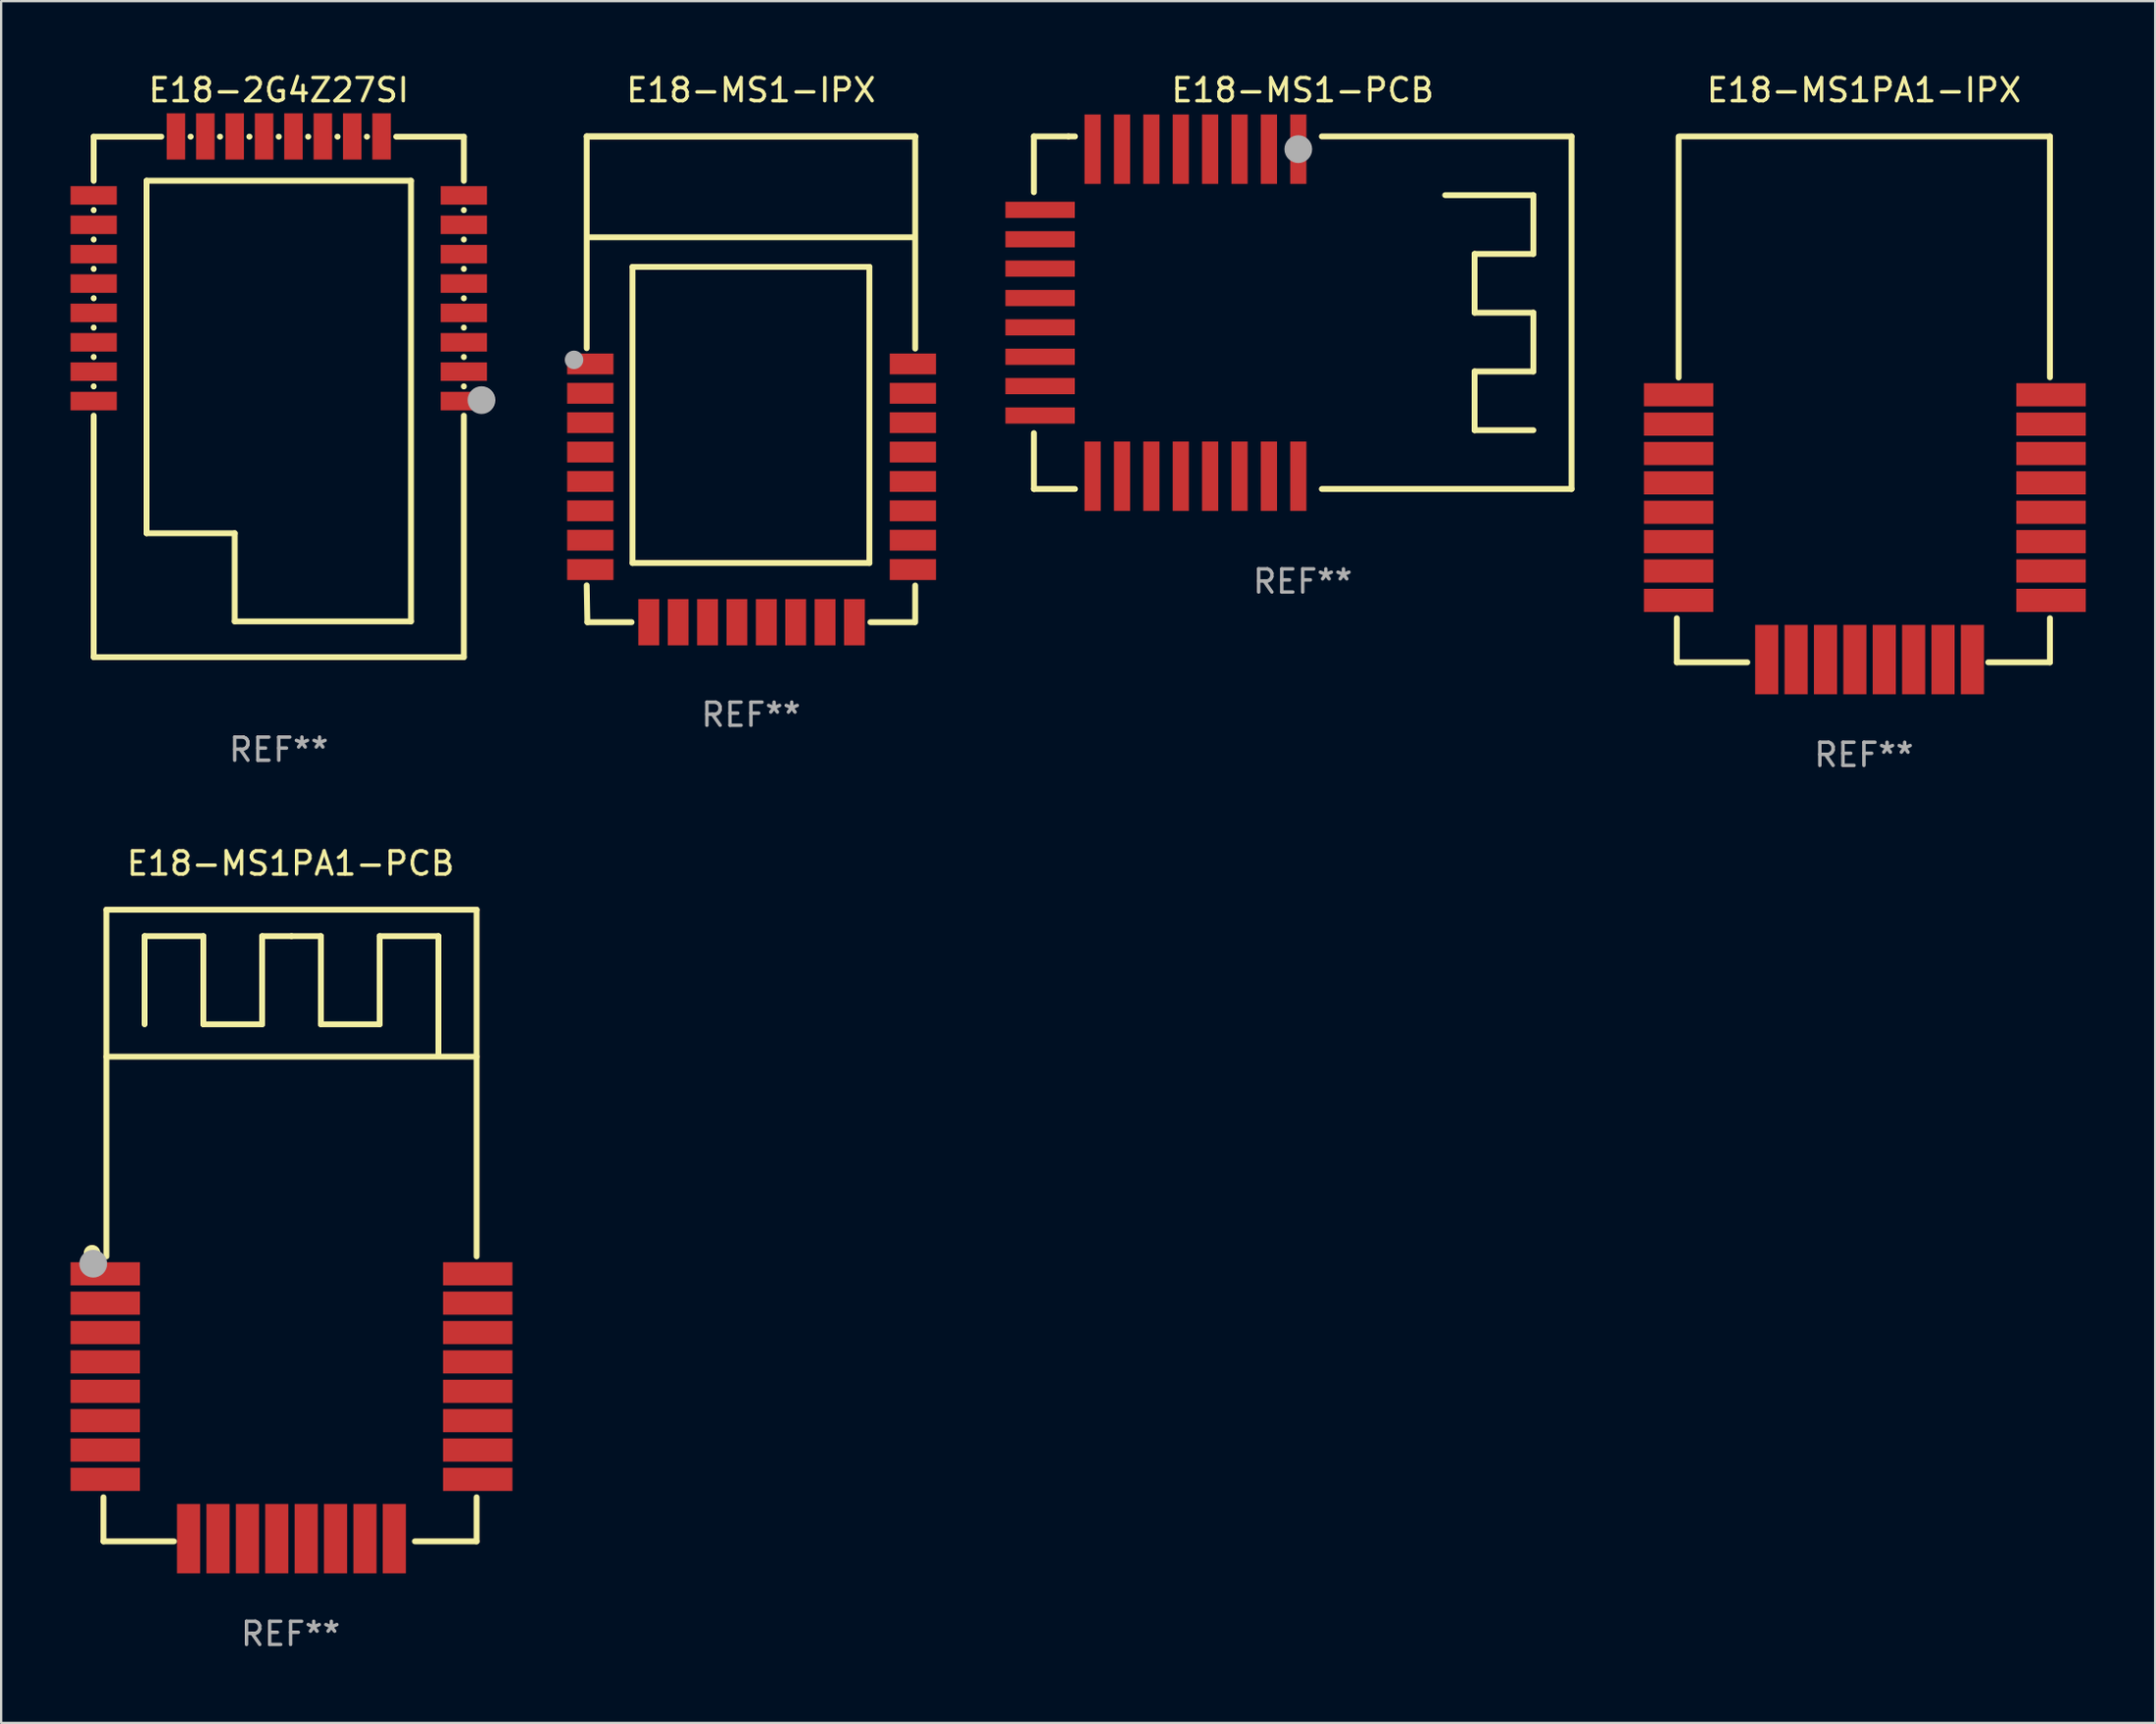
<source format=kicad_pcb>
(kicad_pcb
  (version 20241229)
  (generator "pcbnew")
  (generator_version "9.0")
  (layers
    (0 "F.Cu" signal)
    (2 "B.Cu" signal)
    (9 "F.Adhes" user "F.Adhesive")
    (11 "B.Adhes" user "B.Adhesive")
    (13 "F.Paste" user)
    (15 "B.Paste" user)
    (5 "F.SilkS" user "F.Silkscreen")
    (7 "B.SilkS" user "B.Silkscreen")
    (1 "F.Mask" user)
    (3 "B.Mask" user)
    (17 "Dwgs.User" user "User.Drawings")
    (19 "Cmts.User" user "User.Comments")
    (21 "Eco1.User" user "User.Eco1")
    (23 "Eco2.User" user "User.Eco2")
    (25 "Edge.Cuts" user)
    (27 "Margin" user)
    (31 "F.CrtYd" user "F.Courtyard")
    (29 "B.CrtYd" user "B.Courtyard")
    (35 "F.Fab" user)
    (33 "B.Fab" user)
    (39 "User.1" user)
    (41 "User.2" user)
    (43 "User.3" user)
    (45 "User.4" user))
  (footprint "E18-MS1PA1-PCB"
    (layer "F.Cu")
    (at 9.511 49.93)
    (property "Reference" "E18-MS1PA1-PCB" (at 0 -15.653 0) (layer "F.SilkS") (effects (font (size 1 1) (thickness 0.15))))
    (attr through_hole)
    (fp_line (start -8.089 11.748) (end -8.089 13.653) (stroke (width 0.254) (type solid)) (layer "F.SilkS"))
    (fp_line (start -8.089 13.653) (end -5.041 13.653) (stroke (width 0.254) (type solid)) (layer "F.SilkS"))
    (fp_line (start -7.962 -13.653) (end 8.04 -13.653) (stroke (width 0.254) (type solid)) (layer "F.SilkS"))
    (fp_line (start -7.962 1.334) (end -7.962 -13.653) (stroke (width 0.254) (type solid)) (layer "F.SilkS"))
    (fp_line (start -6.311 -12.51) (end -3.771 -12.51) (stroke (width 0.254) (type solid)) (layer "F.SilkS"))
    (fp_line (start -6.311 -8.7) (end -6.311 -12.51) (stroke (width 0.254) (type solid)) (layer "F.SilkS"))
    (fp_line (start -3.771 -12.51) (end -3.771 -8.7) (stroke (width 0.254) (type solid)) (layer "F.SilkS"))
    (fp_line (start -3.771 -8.7) (end -1.231 -8.7) (stroke (width 0.254) (type solid)) (layer "F.SilkS"))
    (fp_line (start -1.231 -12.51) (end 0.039 -12.51) (stroke (width 0.254) (type solid)) (layer "F.SilkS"))
    (fp_line (start -1.231 -8.7) (end -1.231 -12.51) (stroke (width 0.254) (type solid)) (layer "F.SilkS"))
    (fp_line (start 0.039 -12.51) (end 1.309 -12.51) (stroke (width 0.254) (type solid)) (layer "F.SilkS"))
    (fp_line (start 1.309 -12.51) (end 1.309 -8.7) (stroke (width 0.254) (type solid)) (layer "F.SilkS"))
    (fp_line (start 1.309 -8.7) (end 3.849 -8.7) (stroke (width 0.254) (type solid)) (layer "F.SilkS"))
    (fp_line (start 3.849 -12.51) (end 6.389 -12.51) (stroke (width 0.254) (type solid)) (layer "F.SilkS"))
    (fp_line (start 3.849 -8.7) (end 3.849 -12.51) (stroke (width 0.254) (type solid)) (layer "F.SilkS"))
    (fp_line (start 5.373 13.653) (end 8.04 13.653) (stroke (width 0.254) (type solid)) (layer "F.SilkS"))
    (fp_line (start 6.389 -12.51) (end 6.389 -7.43) (stroke (width 0.254) (type solid)) (layer "F.SilkS"))
    (fp_line (start 8.04 -13.653) (end 8.04 1.334) (stroke (width 0.254) (type solid)) (layer "F.SilkS"))
    (fp_line (start 8.04 -7.3) (end -7.962 -7.3) (stroke (width 0.254) (type solid)) (layer "F.SilkS"))
    (fp_line (start 8.04 13.653) (end 8.04 11.748) (stroke (width 0.254) (type solid)) (layer "F.SilkS"))
    (fp_circle (center -8.581 1.201) (end -8.347 1.201) (stroke (width 0.254) (type solid)) (fill no) (layer "F.SilkS"))
    (fp_circle (center -7.991 -13.529) (end -7.961 -13.529) (stroke (width 0.06) (type solid)) (fill no) (layer "F.SilkS"))
    (fp_circle (center -8.531 1.651) (end -8.231 1.651) (stroke (width 0.6) (type solid)) (fill no) (layer "F.Fab"))
    (fp_text user "REF**" (at 0 17.653 0) (layer "F.Fab") (effects (font (size 1 1) (thickness 0.15))))
    (pad "1" smd rect (at -8.011 2.086) (size 3 1) (layers "F.Cu" "F.Mask" "F.Paste"))
    (pad "2" smd rect (at -8.011 3.356) (size 3 1) (layers "F.Cu" "F.Mask" "F.Paste"))
    (pad "3" smd rect (at -8.011 4.626) (size 3 1) (layers "F.Cu" "F.Mask" "F.Paste"))
    (pad "4" smd rect (at -8.011 5.896) (size 3 1) (layers "F.Cu" "F.Mask" "F.Paste"))
    (pad "5" smd rect (at -8.011 7.166) (size 3 1) (layers "F.Cu" "F.Mask" "F.Paste"))
    (pad "6" smd rect (at -8.011 8.436) (size 3 1) (layers "F.Cu" "F.Mask" "F.Paste"))
    (pad "7" smd rect (at -8.011 9.706) (size 3 1) (layers "F.Cu" "F.Mask" "F.Paste"))
    (pad "8" smd rect (at -8.011 10.976) (size 3 1) (layers "F.Cu" "F.Mask" "F.Paste"))
    (pad "9" smd rect (at -4.411 13.536 90) (size 3 1) (layers "F.Cu" "F.Mask" "F.Paste"))
    (pad "10" smd rect (at -3.136 13.536 90) (size 3 1) (layers "F.Cu" "F.Mask" "F.Paste"))
    (pad "11" smd rect (at -1.866 13.536 90) (size 3 1) (layers "F.Cu" "F.Mask" "F.Paste"))
    (pad "12" smd rect (at -0.596 13.536 90) (size 3 1) (layers "F.Cu" "F.Mask" "F.Paste"))
    (pad "13" smd rect (at 0.674 13.536 90) (size 3 1) (layers "F.Cu" "F.Mask" "F.Paste"))
    (pad "14" smd rect (at 1.944 13.536 90) (size 3 1) (layers "F.Cu" "F.Mask" "F.Paste"))
    (pad "15" smd rect (at 3.214 13.536 90) (size 3 1) (layers "F.Cu" "F.Mask" "F.Paste"))
    (pad "16" smd rect (at 4.484 13.536 90) (size 3 1) (layers "F.Cu" "F.Mask" "F.Paste"))
    (pad "17" smd rect (at 8.089 10.976 180) (size 3 1) (layers "F.Cu" "F.Mask" "F.Paste"))
    (pad "18" smd rect (at 8.089 9.706 180) (size 3 1) (layers "F.Cu" "F.Mask" "F.Paste"))
    (pad "19" smd rect (at 8.089 8.436 180) (size 3 1) (layers "F.Cu" "F.Mask" "F.Paste"))
    (pad "20" smd rect (at 8.089 7.166 180) (size 3 1) (layers "F.Cu" "F.Mask" "F.Paste"))
    (pad "21" smd rect (at 8.089 5.896 180) (size 3 1) (layers "F.Cu" "F.Mask" "F.Paste"))
    (pad "22" smd rect (at 8.089 4.626 180) (size 3 1) (layers "F.Cu" "F.Mask" "F.Paste"))
    (pad "23" smd rect (at 8.089 3.356 180) (size 3 1) (layers "F.Cu" "F.Mask" "F.Paste"))
    (pad "24" smd rect (at 8.089 2.086 180) (size 3 1) (layers "F.Cu" "F.Mask" "F.Paste")))
  (footprint "E18-MS1-IPX"
    (layer "F.Cu")
    (at 29.41 13.348)
    (property "Reference" "E18-MS1-IPX" (at 0 -12.5 0) (layer "F.SilkS") (effects (font (size 1 1) (thickness 0.15))))
    (attr through_hole)
    (fp_line (start -7.1 -10.5) (end -7.1 -1.346) (stroke (width 0.254) (type solid)) (layer "F.SilkS"))
    (fp_line (start -7.1 -10.5) (end 7.1 -10.5) (stroke (width 0.254) (type solid)) (layer "F.SilkS"))
    (fp_line (start -7.1 -10.5) (end 7.1 -10.5) (stroke (width 0.254) (type solid)) (layer "F.SilkS"))
    (fp_line (start -7.1 8.907) (end -7.07 10.5) (stroke (width 0.254) (type solid)) (layer "F.SilkS"))
    (fp_line (start -7.07 10.5) (end -5.16 10.5) (stroke (width 0.254) (type solid)) (layer "F.SilkS"))
    (fp_line (start -7.04 -6.14) (end 7.04 -6.14) (stroke (width 0.254) (type solid)) (layer "F.SilkS"))
    (fp_line (start -5.12 -4.86) (end 5.12 -4.86) (stroke (width 0.254) (type solid)) (layer "F.SilkS"))
    (fp_line (start -5.12 7.94) (end -5.12 -4.86) (stroke (width 0.254) (type solid)) (layer "F.SilkS"))
    (fp_line (start 5.12 -4.86) (end 5.12 7.94) (stroke (width 0.254) (type solid)) (layer "F.SilkS"))
    (fp_line (start 5.12 7.94) (end -5.12 7.94) (stroke (width 0.254) (type solid)) (layer "F.SilkS"))
    (fp_line (start 5.163 10.5) (end 7.07 10.5) (stroke (width 0.254) (type solid)) (layer "F.SilkS"))
    (fp_line (start 7.1 -10.5) (end 7.1 -1.329) (stroke (width 0.254) (type solid)) (layer "F.SilkS"))
    (fp_line (start 7.1 8.913) (end 7.1 10.5) (stroke (width 0.254) (type solid)) (layer "F.SilkS"))
    (fp_circle (center -7.046 -10.41) (end -7.016 -10.41) (stroke (width 0.06) (type solid)) (fill no) (layer "F.SilkS"))
    (fp_circle (center -7.647 -0.842) (end -7.447 -0.842) (stroke (width 0.4) (type solid)) (fill no) (layer "F.Fab"))
    (fp_text user "REF**" (at 0 14.5 0) (layer "F.Fab") (effects (font (size 1 1) (thickness 0.15))))
    (pad "1" smd rect (at -6.944 -0.665) (size 2 0.9) (layers "F.Cu" "F.Mask" "F.Paste"))
    (pad "2" smd rect (at -6.944 0.605) (size 2 0.9) (layers "F.Cu" "F.Mask" "F.Paste"))
    (pad "3" smd rect (at -6.944 1.875) (size 2 0.9) (layers "F.Cu" "F.Mask" "F.Paste"))
    (pad "4" smd rect (at -6.944 3.145) (size 2 0.9) (layers "F.Cu" "F.Mask" "F.Paste"))
    (pad "5" smd rect (at -6.944 4.415) (size 2 0.9) (layers "F.Cu" "F.Mask" "F.Paste"))
    (pad "6" smd rect (at -6.944 5.685) (size 2 0.9) (layers "F.Cu" "F.Mask" "F.Paste"))
    (pad "7" smd rect (at -6.944 6.955) (size 2 0.9) (layers "F.Cu" "F.Mask" "F.Paste"))
    (pad "8" smd rect (at -6.944 8.225) (size 2 0.9) (layers "F.Cu" "F.Mask" "F.Paste"))
    (pad "9" smd rect (at -4.417 10.5 90) (size 2 0.9) (layers "F.Cu" "F.Mask" "F.Paste"))
    (pad "10" smd rect (at -3.147 10.5 90) (size 2 0.9) (layers "F.Cu" "F.Mask" "F.Paste"))
    (pad "11" smd rect (at -1.877 10.5 90) (size 2 0.9) (layers "F.Cu" "F.Mask" "F.Paste"))
    (pad "12" smd rect (at -0.607 10.5 90) (size 2 0.9) (layers "F.Cu" "F.Mask" "F.Paste"))
    (pad "13" smd rect (at 0.663 10.5 90) (size 2 0.9) (layers "F.Cu" "F.Mask" "F.Paste"))
    (pad "14" smd rect (at 1.933 10.5 90) (size 2 0.9) (layers "F.Cu" "F.Mask" "F.Paste"))
    (pad "15" smd rect (at 3.203 10.5 90) (size 2 0.9) (layers "F.Cu" "F.Mask" "F.Paste"))
    (pad "16" smd rect (at 4.473 10.5 90) (size 2 0.9) (layers "F.Cu" "F.Mask" "F.Paste"))
    (pad "17" smd rect (at 7 8.225 180) (size 2 0.9) (layers "F.Cu" "F.Mask" "F.Paste"))
    (pad "18" smd rect (at 7 6.955 180) (size 2 0.9) (layers "F.Cu" "F.Mask" "F.Paste"))
    (pad "19" smd rect (at 7 5.685 180) (size 2 0.9) (layers "F.Cu" "F.Mask" "F.Paste"))
    (pad "20" smd rect (at 7 4.415 180) (size 2 0.9) (layers "F.Cu" "F.Mask" "F.Paste"))
    (pad "21" smd rect (at 7 3.145 180) (size 2 0.9) (layers "F.Cu" "F.Mask" "F.Paste"))
    (pad "22" smd rect (at 7 1.875 180) (size 2 0.9) (layers "F.Cu" "F.Mask" "F.Paste"))
    (pad "23" smd rect (at 7 0.605 180) (size 2 0.9) (layers "F.Cu" "F.Mask" "F.Paste"))
    (pad "24" smd rect (at 7 -0.665 180) (size 2 0.9) (layers "F.Cu" "F.Mask" "F.Paste")))
  (footprint "E18-MS1-PCB"
    (layer "F.Cu")
    (at 53.259 10.468)
    (property "Reference" "E18-MS1-PCB" (at 0 -9.62 0) (layer "F.SilkS") (effects (font (size 1 1) (thickness 0.15))))
    (attr through_hole)
    (fp_line (start -11.621 -7.62) (end -11.621 -5.207) (stroke (width 0.254) (type solid)) (layer "F.SilkS"))
    (fp_line (start -11.62 5.207) (end -11.62 7.62) (stroke (width 0.254) (type solid)) (layer "F.SilkS"))
    (fp_line (start -11.62 7.62) (end -9.842 7.62) (stroke (width 0.254) (type solid)) (layer "F.SilkS"))
    (fp_line (start -10.122 -7.62) (end -11.621 -7.62) (stroke (width 0.254) (type solid)) (layer "F.SilkS"))
    (fp_line (start -9.842 -7.62) (end -10.122 -7.62) (stroke (width 0.254) (type solid)) (layer "F.SilkS"))
    (fp_line (start 0.826 -7.62) (end 11.621 -7.62) (stroke (width 0.254) (type solid)) (layer "F.SilkS"))
    (fp_line (start 6.16 -5.08) (end 9.97 -5.08) (stroke (width 0.254) (type solid)) (layer "F.SilkS"))
    (fp_line (start 7.43 -2.54) (end 7.43 0) (stroke (width 0.254) (type solid)) (layer "F.SilkS"))
    (fp_line (start 7.43 0) (end 9.97 0) (stroke (width 0.254) (type solid)) (layer "F.SilkS"))
    (fp_line (start 7.43 2.54) (end 7.43 5.08) (stroke (width 0.254) (type solid)) (layer "F.SilkS"))
    (fp_line (start 7.43 5.08) (end 9.97 5.08) (stroke (width 0.254) (type solid)) (layer "F.SilkS"))
    (fp_line (start 9.97 -5.08) (end 9.97 -2.54) (stroke (width 0.254) (type solid)) (layer "F.SilkS"))
    (fp_line (start 9.97 -2.54) (end 7.43 -2.54) (stroke (width 0.254) (type solid)) (layer "F.SilkS"))
    (fp_line (start 9.97 0) (end 9.97 2.54) (stroke (width 0.254) (type solid)) (layer "F.SilkS"))
    (fp_line (start 9.97 2.54) (end 7.43 2.54) (stroke (width 0.254) (type solid)) (layer "F.SilkS"))
    (fp_line (start 11.621 -7.62) (end 11.621 7.62) (stroke (width 0.254) (type solid)) (layer "F.SilkS"))
    (fp_line (start 11.621 7.62) (end 0.826 7.62) (stroke (width 0.254) (type solid)) (layer "F.SilkS"))
    (fp_circle (center 11.639 -7.076) (end 11.669 -7.076) (stroke (width 0.06) (type solid)) (fill no) (layer "F.SilkS"))
    (fp_circle (center -0.19 -7.07) (end 0.11 -7.07) (stroke (width 0.6) (type solid)) (fill no) (layer "F.Fab"))
    (fp_text user "REF**" (at 0 11.62 0) (layer "F.Fab") (effects (font (size 1 1) (thickness 0.15))))
    (pad "1" smd rect (at -0.19 -7.07) (size 0.7 3) (layers "F.Cu" "F.Mask" "F.Paste"))
    (pad "2" smd rect (at -1.46 -7.07) (size 0.7 3) (layers "F.Cu" "F.Mask" "F.Paste"))
    (pad "3" smd rect (at -2.73 -7.07) (size 0.7 3) (layers "F.Cu" "F.Mask" "F.Paste"))
    (pad "4" smd rect (at -4 -7.07) (size 0.7 3) (layers "F.Cu" "F.Mask" "F.Paste"))
    (pad "5" smd rect (at -5.27 -7.07) (size 0.7 3) (layers "F.Cu" "F.Mask" "F.Paste"))
    (pad "6" smd rect (at -6.54 -7.07) (size 0.7 3) (layers "F.Cu" "F.Mask" "F.Paste"))
    (pad "7" smd rect (at -7.81 -7.07) (size 0.7 3) (layers "F.Cu" "F.Mask" "F.Paste"))
    (pad "8" smd rect (at -9.08 -7.07) (size 0.7 3) (layers "F.Cu" "F.Mask" "F.Paste"))
    (pad "9" smd rect (at -11.349 -4.445) (size 3 0.7) (layers "F.Cu" "F.Mask" "F.Paste"))
    (pad "10" smd rect (at -11.349 -3.175) (size 3 0.7) (layers "F.Cu" "F.Mask" "F.Paste"))
    (pad "11" smd rect (at -11.349 -1.905) (size 3 0.7) (layers "F.Cu" "F.Mask" "F.Paste"))
    (pad "12" smd rect (at -11.349 -0.635) (size 3 0.7) (layers "F.Cu" "F.Mask" "F.Paste"))
    (pad "13" smd rect (at -11.349 0.635) (size 3 0.7) (layers "F.Cu" "F.Mask" "F.Paste"))
    (pad "14" smd rect (at -11.349 1.905) (size 3 0.7) (layers "F.Cu" "F.Mask" "F.Paste"))
    (pad "15" smd rect (at -11.349 3.175) (size 3 0.7) (layers "F.Cu" "F.Mask" "F.Paste"))
    (pad "16" smd rect (at -11.349 4.445) (size 3 0.7) (layers "F.Cu" "F.Mask" "F.Paste"))
    (pad "17" smd rect (at -9.08 7.07) (size 0.7 3) (layers "F.Cu" "F.Mask" "F.Paste"))
    (pad "18" smd rect (at -7.81 7.07) (size 0.7 3) (layers "F.Cu" "F.Mask" "F.Paste"))
    (pad "19" smd rect (at -6.54 7.07) (size 0.7 3) (layers "F.Cu" "F.Mask" "F.Paste"))
    (pad "20" smd rect (at -5.27 7.07) (size 0.7 3) (layers "F.Cu" "F.Mask" "F.Paste"))
    (pad "21" smd rect (at -4 7.07) (size 0.7 3) (layers "F.Cu" "F.Mask" "F.Paste"))
    (pad "22" smd rect (at -2.73 7.07) (size 0.7 3) (layers "F.Cu" "F.Mask" "F.Paste"))
    (pad "23" smd rect (at -1.46 7.07) (size 0.7 3) (layers "F.Cu" "F.Mask" "F.Paste"))
    (pad "24" smd rect (at -0.19 7.07) (size 0.7 3) (layers "F.Cu" "F.Mask" "F.Paste")))
  (footprint "E18-2G4Z27SI"
    (layer "F.Cu")
    (at 9 14.103)
    (property "Reference" "E18-2G4Z27SI" (at 0 -13.255 0) (layer "F.SilkS") (effects (font (size 1 1) (thickness 0.15))))
    (attr through_hole)
    (fp_line (start -8 -11.245) (end -8 -9.336) (stroke (width 0.254) (type solid)) (layer "F.SilkS"))
    (fp_line (start -8 -11.245) (end -5.076 -11.245) (stroke (width 0.254) (type solid)) (layer "F.SilkS"))
    (fp_line (start -8 -8.074) (end -8 -8.066) (stroke (width 0.254) (type solid)) (layer "F.SilkS"))
    (fp_line (start -8 -6.804) (end -8 -6.796) (stroke (width 0.254) (type solid)) (layer "F.SilkS"))
    (fp_line (start -8 -5.534) (end -8 -5.526) (stroke (width 0.254) (type solid)) (layer "F.SilkS"))
    (fp_line (start -8 -4.264) (end -8 -4.256) (stroke (width 0.254) (type solid)) (layer "F.SilkS"))
    (fp_line (start -8 -2.994) (end -8 -2.986) (stroke (width 0.254) (type solid)) (layer "F.SilkS"))
    (fp_line (start -8 -1.724) (end -8 -1.716) (stroke (width 0.254) (type solid)) (layer "F.SilkS"))
    (fp_line (start -8 -0.454) (end -8 -0.446) (stroke (width 0.254) (type solid)) (layer "F.SilkS"))
    (fp_line (start -8 0.816) (end -8 11.255) (stroke (width 0.254) (type solid)) (layer "F.SilkS"))
    (fp_line (start -8 11.255) (end 8 11.255) (stroke (width 0.254) (type solid)) (layer "F.SilkS"))
    (fp_line (start -5.715 -9.34) (end 5.715 -9.34) (stroke (width 0.254) (type solid)) (layer "F.SilkS"))
    (fp_line (start -5.715 5.9) (end -5.715 -9.34) (stroke (width 0.254) (type solid)) (layer "F.SilkS"))
    (fp_line (start -3.814 -11.245) (end -3.806 -11.245) (stroke (width 0.254) (type solid)) (layer "F.SilkS"))
    (fp_line (start -2.544 -11.245) (end -2.536 -11.245) (stroke (width 0.254) (type solid)) (layer "F.SilkS"))
    (fp_line (start -1.905 5.9) (end -5.715 5.9) (stroke (width 0.254) (type solid)) (layer "F.SilkS"))
    (fp_line (start -1.905 9.71) (end -1.905 5.9) (stroke (width 0.254) (type solid)) (layer "F.SilkS"))
    (fp_line (start -1.274 -11.245) (end -1.266 -11.245) (stroke (width 0.254) (type solid)) (layer "F.SilkS"))
    (fp_line (start -0.004 -11.245) (end 0.004 -11.245) (stroke (width 0.254) (type solid)) (layer "F.SilkS"))
    (fp_line (start 1.266 -11.245) (end 1.274 -11.245) (stroke (width 0.254) (type solid)) (layer "F.SilkS"))
    (fp_line (start 2.536 -11.245) (end 2.544 -11.245) (stroke (width 0.254) (type solid)) (layer "F.SilkS"))
    (fp_line (start 3.806 -11.245) (end 3.814 -11.245) (stroke (width 0.254) (type solid)) (layer "F.SilkS"))
    (fp_line (start 5.076 -11.245) (end 8 -11.245) (stroke (width 0.254) (type solid)) (layer "F.SilkS"))
    (fp_line (start 5.715 -9.34) (end 5.715 9.71) (stroke (width 0.254) (type solid)) (layer "F.SilkS"))
    (fp_line (start 5.715 9.71) (end -1.905 9.71) (stroke (width 0.254) (type solid)) (layer "F.SilkS"))
    (fp_line (start 8 -11.245) (end 8 -9.336) (stroke (width 0.254) (type solid)) (layer "F.SilkS"))
    (fp_line (start 8 -8.074) (end 8 -8.066) (stroke (width 0.254) (type solid)) (layer "F.SilkS"))
    (fp_line (start 8 -6.804) (end 8 -6.796) (stroke (width 0.254) (type solid)) (layer "F.SilkS"))
    (fp_line (start 8 -5.534) (end 8 -5.526) (stroke (width 0.254) (type solid)) (layer "F.SilkS"))
    (fp_line (start 8 -4.264) (end 8 -4.256) (stroke (width 0.254) (type solid)) (layer "F.SilkS"))
    (fp_line (start 8 -2.994) (end 8 -2.986) (stroke (width 0.254) (type solid)) (layer "F.SilkS"))
    (fp_line (start 8 -1.724) (end 8 -1.716) (stroke (width 0.254) (type solid)) (layer "F.SilkS"))
    (fp_line (start 8 -0.454) (end 8 -0.446) (stroke (width 0.254) (type solid)) (layer "F.SilkS"))
    (fp_line (start 8 0.816) (end 8 11.255) (stroke (width 0.254) (type solid)) (layer "F.SilkS"))
    (fp_circle (center 7.999 11.234) (end 8.029 11.234) (stroke (width 0.06) (type solid)) (fill no) (layer "F.SilkS"))
    (fp_arc (start 8.662941 0.144056) (mid 8.763018 0.120431) (end 8.863094 0.144056) (stroke (width 0.254001) (type solid)) (layer "F.Fab"))
    (fp_arc (start 8.662942 0.144056) (mid 8.763018 0.04398) (end 8.863094 0.144056) (stroke (width 0.254001) (type solid)) (layer "F.Fab"))
    (fp_circle (center 8.763 0.144) (end 9.063 0.144) (stroke (width 0.6) (type solid)) (fill no) (layer "F.Fab"))
    (fp_text user "REF**" (at 0 15.255 0) (layer "F.Fab") (effects (font (size 1 1) (thickness 0.15))))
    (pad "1" smd rect (at 8 0.185) (size 2 0.8) (layers "F.Cu" "F.Mask" "F.Paste"))
    (pad "2" smd rect (at 8 -1.085) (size 2 0.8) (layers "F.Cu" "F.Mask" "F.Paste"))
    (pad "3" smd rect (at 8 -2.355) (size 2 0.8) (layers "F.Cu" "F.Mask" "F.Paste"))
    (pad "4" smd rect (at 8 -3.625) (size 2 0.8) (layers "F.Cu" "F.Mask" "F.Paste"))
    (pad "5" smd rect (at 8 -4.895) (size 2 0.8) (layers "F.Cu" "F.Mask" "F.Paste"))
    (pad "6" smd rect (at 8 -6.165) (size 2 0.8) (layers "F.Cu" "F.Mask" "F.Paste"))
    (pad "7" smd rect (at 8 -7.435) (size 2 0.8) (layers "F.Cu" "F.Mask" "F.Paste"))
    (pad "8" smd rect (at 8 -8.705) (size 2 0.8) (layers "F.Cu" "F.Mask" "F.Paste"))
    (pad "9" smd rect (at 4.445 -11.255 90) (size 2 0.8) (layers "F.Cu" "F.Mask" "F.Paste"))
    (pad "10" smd rect (at 3.175 -11.255 90) (size 2 0.8) (layers "F.Cu" "F.Mask" "F.Paste"))
    (pad "11" smd rect (at 1.905 -11.255 90) (size 2 0.8) (layers "F.Cu" "F.Mask" "F.Paste"))
    (pad "12" smd rect (at 0.635 -11.255 90) (size 2 0.8) (layers "F.Cu" "F.Mask" "F.Paste"))
    (pad "13" smd rect (at -0.635 -11.255 90) (size 2 0.8) (layers "F.Cu" "F.Mask" "F.Paste"))
    (pad "14" smd rect (at -1.905 -11.255 90) (size 2 0.8) (layers "F.Cu" "F.Mask" "F.Paste"))
    (pad "15" smd rect (at -3.175 -11.255 90) (size 2 0.8) (layers "F.Cu" "F.Mask" "F.Paste"))
    (pad "16" smd rect (at -4.445 -11.255 90) (size 2 0.8) (layers "F.Cu" "F.Mask" "F.Paste"))
    (pad "17" smd rect (at -8 -8.705 180) (size 2 0.8) (layers "F.Cu" "F.Mask" "F.Paste"))
    (pad "18" smd rect (at -8 -7.435 180) (size 2 0.8) (layers "F.Cu" "F.Mask" "F.Paste"))
    (pad "19" smd rect (at -8 -6.165 180) (size 2 0.8) (layers "F.Cu" "F.Mask" "F.Paste"))
    (pad "20" smd rect (at -8 -4.895 180) (size 2 0.8) (layers "F.Cu" "F.Mask" "F.Paste"))
    (pad "21" smd rect (at -8 -3.625 180) (size 2 0.8) (layers "F.Cu" "F.Mask" "F.Paste"))
    (pad "22" smd rect (at -8 -2.355 180) (size 2 0.8) (layers "F.Cu" "F.Mask" "F.Paste"))
    (pad "23" smd rect (at -8 -1.085 180) (size 2 0.8) (layers "F.Cu" "F.Mask" "F.Paste"))
    (pad "24" smd rect (at -8 0.185 180) (size 2 0.8) (layers "F.Cu" "F.Mask" "F.Paste")))
  (footprint "E18-MS1PA1-IPX"
    (layer "F.Cu")
    (at 77.518 14.215)
    (property "Reference" "E18-MS1PA1-IPX" (at 0 -13.367 0) (layer "F.SilkS") (effects (font (size 1 1) (thickness 0.15))))
    (attr through_hole)
    (fp_line (start -8.089 9.462) (end -8.089 11.367) (stroke (width 0.254) (type solid)) (layer "F.SilkS"))
    (fp_line (start -8.089 11.367) (end -5.041 11.367) (stroke (width 0.254) (type solid)) (layer "F.SilkS"))
    (fp_line (start -8.011 -0.943) (end -8.011 -11.357) (stroke (width 0.254) (type solid)) (layer "F.SilkS"))
    (fp_line (start -7.962 -11.367) (end 8.04 -11.367) (stroke (width 0.254) (type solid)) (layer "F.SilkS"))
    (fp_line (start 5.373 11.367) (end 8.04 11.367) (stroke (width 0.254) (type solid)) (layer "F.SilkS"))
    (fp_line (start 8.04 -11.367) (end 8.04 -0.953) (stroke (width 0.254) (type solid)) (layer "F.SilkS"))
    (fp_line (start 8.04 11.367) (end 8.04 9.462) (stroke (width 0.254) (type solid)) (layer "F.SilkS"))
    (fp_circle (center -7.962 -11.366) (end -7.932 -11.366) (stroke (width 0.06) (type solid)) (fill no) (layer "F.SilkS"))
    (fp_text user "REF**" (at 0 15.367 0) (layer "F.Fab") (effects (font (size 1 1) (thickness 0.15))))
    (pad "1" smd rect (at -8.011 -0.2) (size 3 1) (layers "F.Cu" "F.Mask" "F.Paste"))
    (pad "2" smd rect (at -8.011 1.07) (size 3 1) (layers "F.Cu" "F.Mask" "F.Paste"))
    (pad "3" smd rect (at -8.011 2.34) (size 3 1) (layers "F.Cu" "F.Mask" "F.Paste"))
    (pad "4" smd rect (at -8.011 3.61) (size 3 1) (layers "F.Cu" "F.Mask" "F.Paste"))
    (pad "5" smd rect (at -8.011 4.88) (size 3 1) (layers "F.Cu" "F.Mask" "F.Paste"))
    (pad "6" smd rect (at -8.011 6.15) (size 3 1) (layers "F.Cu" "F.Mask" "F.Paste"))
    (pad "7" smd rect (at -8.011 7.42) (size 3 1) (layers "F.Cu" "F.Mask" "F.Paste"))
    (pad "8" smd rect (at -8.011 8.69) (size 3 1) (layers "F.Cu" "F.Mask" "F.Paste"))
    (pad "9" smd rect (at -4.201 11.25 90) (size 3 1) (layers "F.Cu" "F.Mask" "F.Paste"))
    (pad "10" smd rect (at -2.931 11.25 90) (size 3 1) (layers "F.Cu" "F.Mask" "F.Paste"))
    (pad "11" smd rect (at -1.661 11.25 90) (size 3 1) (layers "F.Cu" "F.Mask" "F.Paste"))
    (pad "12" smd rect (at -0.391 11.25 90) (size 3 1) (layers "F.Cu" "F.Mask" "F.Paste"))
    (pad "13" smd rect (at 0.879 11.25 90) (size 3 1) (layers "F.Cu" "F.Mask" "F.Paste"))
    (pad "14" smd rect (at 2.149 11.25 90) (size 3 1) (layers "F.Cu" "F.Mask" "F.Paste"))
    (pad "15" smd rect (at 3.419 11.25 90) (size 3 1) (layers "F.Cu" "F.Mask" "F.Paste"))
    (pad "16" smd rect (at 4.689 11.25 90) (size 3 1) (layers "F.Cu" "F.Mask" "F.Paste"))
    (pad "17" smd rect (at 8.089 8.69 180) (size 3 1) (layers "F.Cu" "F.Mask" "F.Paste"))
    (pad "18" smd rect (at 8.089 7.42 180) (size 3 1) (layers "F.Cu" "F.Mask" "F.Paste"))
    (pad "19" smd rect (at 8.089 6.15 180) (size 3 1) (layers "F.Cu" "F.Mask" "F.Paste"))
    (pad "20" smd rect (at 8.089 4.88 180) (size 3 1) (layers "F.Cu" "F.Mask" "F.Paste"))
    (pad "21" smd rect (at 8.089 3.61 180) (size 3 1) (layers "F.Cu" "F.Mask" "F.Paste"))
    (pad "22" smd rect (at 8.089 2.34 180) (size 3 1) (layers "F.Cu" "F.Mask" "F.Paste"))
    (pad "23" smd rect (at 8.089 1.07 180) (size 3 1) (layers "F.Cu" "F.Mask" "F.Paste"))
    (pad "24" smd rect (at 8.089 -0.2 180) (size 3 1) (layers "F.Cu" "F.Mask" "F.Paste")))
  (gr_rect
    (start -3 -3)
    (end 90.107 71.431)
    (stroke (width 0.1) (type default))
    (fill no)
    (layer "Edge.Cuts")))
</source>
